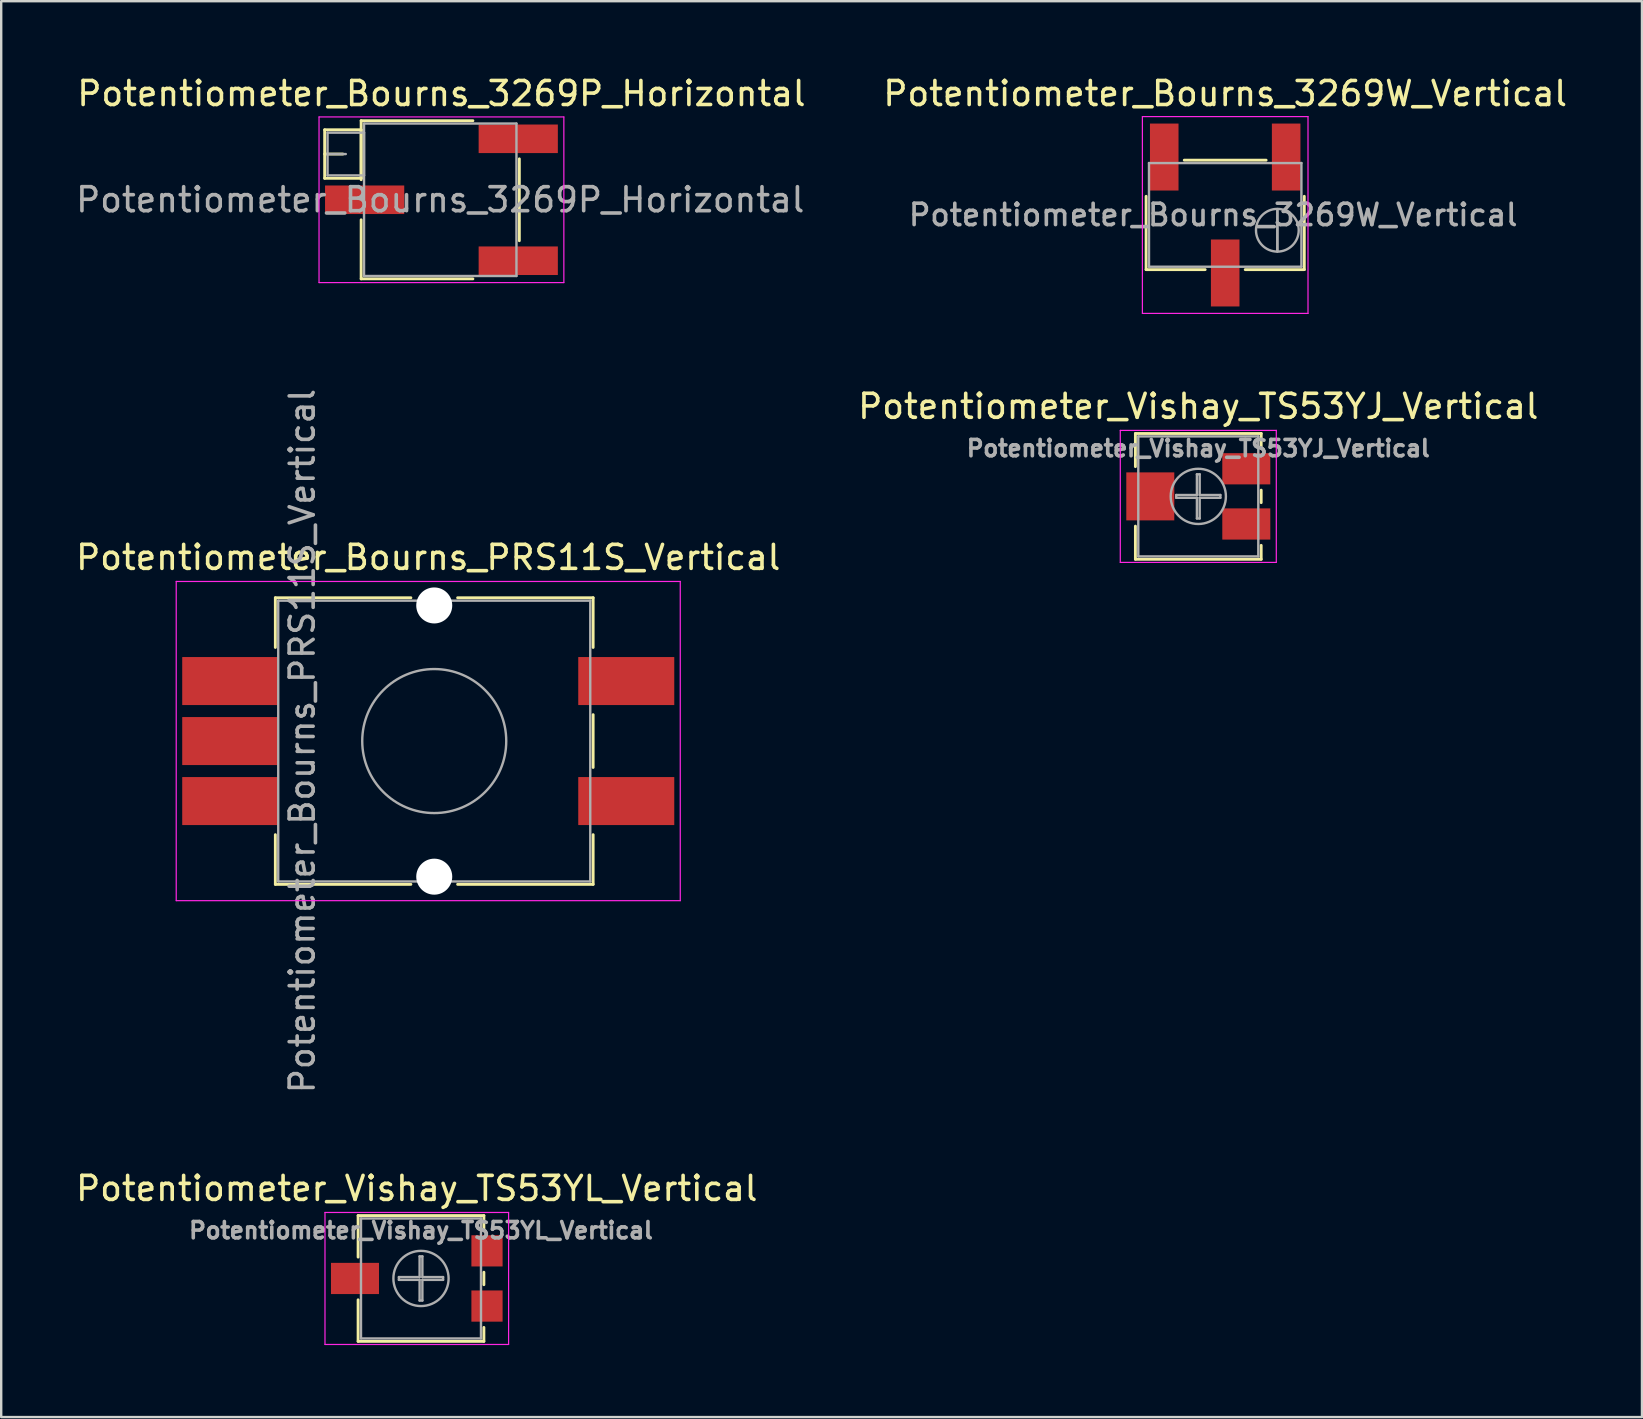
<source format=kicad_pcb>
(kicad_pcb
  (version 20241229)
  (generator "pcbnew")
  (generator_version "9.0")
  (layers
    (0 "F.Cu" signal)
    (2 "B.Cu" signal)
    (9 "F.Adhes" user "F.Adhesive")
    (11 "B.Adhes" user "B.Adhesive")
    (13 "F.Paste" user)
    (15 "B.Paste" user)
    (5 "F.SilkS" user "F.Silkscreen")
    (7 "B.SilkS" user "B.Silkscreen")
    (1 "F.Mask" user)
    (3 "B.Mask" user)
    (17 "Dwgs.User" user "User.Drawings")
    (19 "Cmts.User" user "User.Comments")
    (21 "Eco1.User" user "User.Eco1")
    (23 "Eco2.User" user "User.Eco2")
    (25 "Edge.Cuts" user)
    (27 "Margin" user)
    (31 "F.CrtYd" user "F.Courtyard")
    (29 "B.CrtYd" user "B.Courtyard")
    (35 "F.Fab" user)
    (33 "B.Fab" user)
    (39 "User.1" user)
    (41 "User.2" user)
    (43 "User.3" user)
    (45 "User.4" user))
  (footprint "Potentiometer_Vishay_TS53YJ_Vertical"
    (layer "F.Cu")
    (at 46.875 17.631)
    (property "Reference" "Potentiometer_Vishay_TS53YJ_Vertical" (at 0 -3.75 0) (layer "F.SilkS") (effects (font (size 1 1) (thickness 0.15))))
    (attr smd)
    (fp_line (start -2.62 -2.62) (end -2.62 -1.24) (stroke (width 0.12) (type solid)) (layer "F.SilkS"))
    (fp_line (start -2.62 -2.62) (end 2.62 -2.62) (stroke (width 0.12) (type solid)) (layer "F.SilkS"))
    (fp_line (start -2.62 1.24) (end -2.62 2.62) (stroke (width 0.12) (type solid)) (layer "F.SilkS"))
    (fp_line (start -2.62 2.62) (end 2.62 2.62) (stroke (width 0.12) (type solid)) (layer "F.SilkS"))
    (fp_line (start 2.62 -2.62) (end 2.62 -2.039) (stroke (width 0.12) (type solid)) (layer "F.SilkS"))
    (fp_line (start 2.62 -0.26) (end 2.62 0.26) (stroke (width 0.12) (type solid)) (layer "F.SilkS"))
    (fp_line (start 2.62 2.04) (end 2.62 2.62) (stroke (width 0.12) (type solid)) (layer "F.SilkS"))
    (fp_line (start -3.25 -2.75) (end -3.25 2.75) (stroke (width 0.05) (type solid)) (layer "F.CrtYd"))
    (fp_line (start -3.25 2.75) (end 3.25 2.75) (stroke (width 0.05) (type solid)) (layer "F.CrtYd"))
    (fp_line (start 3.25 -2.75) (end -3.25 -2.75) (stroke (width 0.05) (type solid)) (layer "F.CrtYd"))
    (fp_line (start 3.25 2.75) (end 3.25 -2.75) (stroke (width 0.05) (type solid)) (layer "F.CrtYd"))
    (fp_line (start -2.5 -2.5) (end -2.5 2.5) (stroke (width 0.1) (type solid)) (layer "F.Fab"))
    (fp_line (start -2.5 2.5) (end 2.5 2.5) (stroke (width 0.1) (type solid)) (layer "F.Fab"))
    (fp_line (start -0.92 -0.058) (end -0.058 -0.058) (stroke (width 0.1) (type solid)) (layer "F.Fab"))
    (fp_line (start -0.92 0.058) (end -0.92 -0.058) (stroke (width 0.1) (type solid)) (layer "F.Fab"))
    (fp_line (start -0.058 -0.92) (end 0.058 -0.92) (stroke (width 0.1) (type solid)) (layer "F.Fab"))
    (fp_line (start -0.058 -0.058) (end -0.058 -0.92) (stroke (width 0.1) (type solid)) (layer "F.Fab"))
    (fp_line (start -0.058 0.058) (end -0.92 0.058) (stroke (width 0.1) (type solid)) (layer "F.Fab"))
    (fp_line (start -0.058 0.92) (end -0.058 0.058) (stroke (width 0.1) (type solid)) (layer "F.Fab"))
    (fp_line (start 0.058 -0.92) (end 0.058 -0.058) (stroke (width 0.1) (type solid)) (layer "F.Fab"))
    (fp_line (start 0.058 -0.058) (end 0.92 -0.058) (stroke (width 0.1) (type solid)) (layer "F.Fab"))
    (fp_line (start 0.058 0.058) (end 0.058 0.92) (stroke (width 0.1) (type solid)) (layer "F.Fab"))
    (fp_line (start 0.058 0.92) (end -0.058 0.92) (stroke (width 0.1) (type solid)) (layer "F.Fab"))
    (fp_line (start 0.92 -0.058) (end 0.92 0.058) (stroke (width 0.1) (type solid)) (layer "F.Fab"))
    (fp_line (start 0.92 0.058) (end 0.058 0.058) (stroke (width 0.1) (type solid)) (layer "F.Fab"))
    (fp_line (start 2.5 -2.5) (end -2.5 -2.5) (stroke (width 0.1) (type solid)) (layer "F.Fab"))
    (fp_line (start 2.5 2.5) (end 2.5 -2.5) (stroke (width 0.1) (type solid)) (layer "F.Fab"))
    (fp_circle (center 0 0) (end 1.15 0) (stroke (width 0.1) (type solid)) (fill no) (layer "F.Fab"))
    (fp_text user "${REFERENCE}" (at 0 -2 0) (layer "F.Fab") (effects (font (size 0.68 0.68) (thickness 0.15))))
    (pad "1" smd rect (at 2 -1.15) (size 2 1.3) (layers "F.Cu" "F.Mask" "F.Paste"))
    (pad "2" smd rect (at -2 0) (size 2 2) (layers "F.Cu" "F.Mask" "F.Paste"))
    (pad "3" smd rect (at 2 1.15) (size 2 1.3) (layers "F.Cu" "F.Mask" "F.Paste")))
  (footprint "Potentiometer_Bourns_PRS11S_Vertical"
    (layer "F.Cu")
    (at 14.792 27.825)
    (property "Reference" "Potentiometer_Bourns_PRS11S_Vertical" (at 0 -7.65 0) (layer "F.SilkS") (effects (font (size 1 1) (thickness 0.15))))
    (attr smd)
    (fp_line (start -6.37 -5.97) (end -6.37 -3.9) (stroke (width 0.12) (type solid)) (layer "F.SilkS"))
    (fp_line (start -6.37 -5.97) (end -0.723 -5.97) (stroke (width 0.12) (type solid)) (layer "F.SilkS"))
    (fp_line (start -6.37 3.9) (end -6.37 5.97) (stroke (width 0.12) (type solid)) (layer "F.SilkS"))
    (fp_line (start -6.37 5.97) (end -0.723 5.97) (stroke (width 0.12) (type solid)) (layer "F.SilkS"))
    (fp_line (start 1.224 -5.97) (end 6.87 -5.97) (stroke (width 0.12) (type solid)) (layer "F.SilkS"))
    (fp_line (start 1.224 5.97) (end 6.87 5.97) (stroke (width 0.12) (type solid)) (layer "F.SilkS"))
    (fp_line (start 6.87 -5.97) (end 6.87 -3.9) (stroke (width 0.12) (type solid)) (layer "F.SilkS"))
    (fp_line (start 6.87 -1.1) (end 6.87 1.1) (stroke (width 0.12) (type solid)) (layer "F.SilkS"))
    (fp_line (start 6.87 3.9) (end 6.87 5.97) (stroke (width 0.12) (type solid)) (layer "F.SilkS"))
    (fp_line (start -10.5 -6.65) (end -10.5 6.65) (stroke (width 0.05) (type solid)) (layer "F.CrtYd"))
    (fp_line (start -10.5 6.65) (end 10.5 6.65) (stroke (width 0.05) (type solid)) (layer "F.CrtYd"))
    (fp_line (start 10.5 -6.65) (end -10.5 -6.65) (stroke (width 0.05) (type solid)) (layer "F.CrtYd"))
    (fp_line (start 10.5 6.65) (end 10.5 -6.65) (stroke (width 0.05) (type solid)) (layer "F.CrtYd"))
    (fp_line (start -6.25 -5.85) (end -6.25 5.85) (stroke (width 0.1) (type solid)) (layer "F.Fab"))
    (fp_line (start -6.25 5.85) (end 6.75 5.85) (stroke (width 0.1) (type solid)) (layer "F.Fab"))
    (fp_line (start 6.75 -5.85) (end -6.25 -5.85) (stroke (width 0.1) (type solid)) (layer "F.Fab"))
    (fp_line (start 6.75 5.85) (end 6.75 -5.85) (stroke (width 0.1) (type solid)) (layer "F.Fab"))
    (fp_circle (center 0.25 0) (end 3.25 0) (stroke (width 0.1) (type solid)) (fill no) (layer "F.Fab"))
    (fp_text user "${REFERENCE}" (at -5.25 0 90) (layer "F.Fab") (effects (font (size 1 1) (thickness 0.15))))
    (pad "" np_thru_hole circle (at 0.25 -5.65) (size 1.5 1.5) (drill 1.5) (layers "*.Cu" "*.Mask"))
    (pad "" np_thru_hole circle (at 0.25 5.65) (size 1.5 1.5) (drill 1.5) (layers "*.Cu" "*.Mask"))
    (pad "1" smd rect (at -8.25 -2.5) (size 4 2) (layers "F.Cu" "F.Mask" "F.Paste"))
    (pad "2" smd rect (at -8.25 0) (size 4 2) (layers "F.Cu" "F.Mask" "F.Paste"))
    (pad "3" smd rect (at -8.25 2.5) (size 4 2) (layers "F.Cu" "F.Mask" "F.Paste"))
    (pad "4" smd rect (at 8.25 -2.5) (size 4 2) (layers "F.Cu" "F.Mask" "F.Paste"))
    (pad "5" smd rect (at 8.25 2.5) (size 4 2) (layers "F.Cu" "F.Mask" "F.Paste")))
  (footprint "Potentiometer_Vishay_TS53YL_Vertical"
    (layer "F.Cu")
    (at 14.49 50.215)
    (property "Reference" "Potentiometer_Vishay_TS53YL_Vertical" (at -0.175 -3.75 0) (layer "F.SilkS") (effects (font (size 1 1) (thickness 0.15))))
    (attr smd)
    (fp_line (start -2.62 -2.62) (end -2.62 -0.89) (stroke (width 0.12) (type solid)) (layer "F.SilkS"))
    (fp_line (start -2.62 -2.62) (end 2.62 -2.62) (stroke (width 0.12) (type solid)) (layer "F.SilkS"))
    (fp_line (start -2.62 0.89) (end -2.62 2.62) (stroke (width 0.12) (type solid)) (layer "F.SilkS"))
    (fp_line (start -2.62 2.62) (end 2.62 2.62) (stroke (width 0.12) (type solid)) (layer "F.SilkS"))
    (fp_line (start 2.62 -2.62) (end 2.62 -2.039) (stroke (width 0.12) (type solid)) (layer "F.SilkS"))
    (fp_line (start 2.62 -0.26) (end 2.62 0.26) (stroke (width 0.12) (type solid)) (layer "F.SilkS"))
    (fp_line (start 2.62 2.04) (end 2.62 2.62) (stroke (width 0.12) (type solid)) (layer "F.SilkS"))
    (fp_line (start -4 -2.75) (end -4 2.75) (stroke (width 0.05) (type solid)) (layer "F.CrtYd"))
    (fp_line (start -4 2.75) (end 3.65 2.75) (stroke (width 0.05) (type solid)) (layer "F.CrtYd"))
    (fp_line (start 3.65 -2.75) (end -4 -2.75) (stroke (width 0.05) (type solid)) (layer "F.CrtYd"))
    (fp_line (start 3.65 2.75) (end 3.65 -2.75) (stroke (width 0.05) (type solid)) (layer "F.CrtYd"))
    (fp_line (start -2.5 -2.5) (end -2.5 2.5) (stroke (width 0.1) (type solid)) (layer "F.Fab"))
    (fp_line (start -2.5 2.5) (end 2.5 2.5) (stroke (width 0.1) (type solid)) (layer "F.Fab"))
    (fp_line (start -0.92 -0.058) (end -0.058 -0.058) (stroke (width 0.1) (type solid)) (layer "F.Fab"))
    (fp_line (start -0.92 0.058) (end -0.92 -0.058) (stroke (width 0.1) (type solid)) (layer "F.Fab"))
    (fp_line (start -0.058 -0.92) (end 0.058 -0.92) (stroke (width 0.1) (type solid)) (layer "F.Fab"))
    (fp_line (start -0.058 -0.058) (end -0.058 -0.92) (stroke (width 0.1) (type solid)) (layer "F.Fab"))
    (fp_line (start -0.058 0.058) (end -0.92 0.058) (stroke (width 0.1) (type solid)) (layer "F.Fab"))
    (fp_line (start -0.058 0.92) (end -0.058 0.058) (stroke (width 0.1) (type solid)) (layer "F.Fab"))
    (fp_line (start 0.058 -0.92) (end 0.058 -0.058) (stroke (width 0.1) (type solid)) (layer "F.Fab"))
    (fp_line (start 0.058 -0.058) (end 0.92 -0.058) (stroke (width 0.1) (type solid)) (layer "F.Fab"))
    (fp_line (start 0.058 0.058) (end 0.058 0.92) (stroke (width 0.1) (type solid)) (layer "F.Fab"))
    (fp_line (start 0.058 0.92) (end -0.058 0.92) (stroke (width 0.1) (type solid)) (layer "F.Fab"))
    (fp_line (start 0.92 -0.058) (end 0.92 0.058) (stroke (width 0.1) (type solid)) (layer "F.Fab"))
    (fp_line (start 0.92 0.058) (end 0.058 0.058) (stroke (width 0.1) (type solid)) (layer "F.Fab"))
    (fp_line (start 2.5 -2.5) (end -2.5 -2.5) (stroke (width 0.1) (type solid)) (layer "F.Fab"))
    (fp_line (start 2.5 2.5) (end 2.5 -2.5) (stroke (width 0.1) (type solid)) (layer "F.Fab"))
    (fp_circle (center 0 0) (end 1.15 0) (stroke (width 0.1) (type solid)) (fill no) (layer "F.Fab"))
    (fp_text user "${REFERENCE}" (at 0 -2 0) (layer "F.Fab") (effects (font (size 0.68 0.68) (thickness 0.15))))
    (pad "1" smd rect (at 2.75 -1.15) (size 1.3 1.3) (layers "F.Cu" "F.Mask" "F.Paste"))
    (pad "2" smd rect (at -2.75 0) (size 2 1.3) (layers "F.Cu" "F.Mask" "F.Paste"))
    (pad "3" smd rect (at 2.75 1.15) (size 1.3 1.3) (layers "F.Cu" "F.Mask" "F.Paste")))
  (footprint "Potentiometer_Bourns_3269W_Vertical"
    (layer "F.Cu")
    (at 47.996 5.908)
    (property "Reference" "Potentiometer_Bourns_3269W_Vertical" (at 0 -5.06 0) (layer "F.SilkS") (effects (font (size 1 1) (thickness 0.15))))
    (attr smd)
    (fp_line (start -3.295 -0.779) (end -3.295 2.275) (stroke (width 0.12) (type solid)) (layer "F.SilkS"))
    (fp_line (start -3.295 2.275) (end -0.835 2.275) (stroke (width 0.12) (type solid)) (layer "F.SilkS"))
    (fp_line (start -1.705 -2.285) (end 1.705 -2.285) (stroke (width 0.12) (type solid)) (layer "F.SilkS"))
    (fp_line (start 0.835 2.275) (end 3.295 2.275) (stroke (width 0.12) (type solid)) (layer "F.SilkS"))
    (fp_line (start 3.295 -0.779) (end 3.295 2.275) (stroke (width 0.12) (type solid)) (layer "F.SilkS"))
    (fp_line (start -3.45 -4.1) (end -3.45 4.1) (stroke (width 0.05) (type solid)) (layer "F.CrtYd"))
    (fp_line (start -3.45 4.1) (end 3.45 4.1) (stroke (width 0.05) (type solid)) (layer "F.CrtYd"))
    (fp_line (start 3.45 -4.1) (end -3.45 -4.1) (stroke (width 0.05) (type solid)) (layer "F.CrtYd"))
    (fp_line (start 3.45 4.1) (end 3.45 -4.1) (stroke (width 0.05) (type solid)) (layer "F.CrtYd"))
    (fp_line (start -3.175 -2.165) (end -3.175 2.155) (stroke (width 0.1) (type solid)) (layer "F.Fab"))
    (fp_line (start -3.175 2.155) (end 3.175 2.155) (stroke (width 0.1) (type solid)) (layer "F.Fab"))
    (fp_line (start 2.173 1.517) (end 2.174 -0.246) (stroke (width 0.1) (type solid)) (layer "F.Fab"))
    (fp_line (start 2.173 1.517) (end 2.174 -0.246) (stroke (width 0.1) (type solid)) (layer "F.Fab"))
    (fp_line (start 3.175 -2.165) (end -3.175 -2.165) (stroke (width 0.1) (type solid)) (layer "F.Fab"))
    (fp_line (start 3.175 2.155) (end 3.175 -2.165) (stroke (width 0.1) (type solid)) (layer "F.Fab"))
    (fp_circle (center 2.173 0.635) (end 3.063 0.635) (stroke (width 0.1) (type solid)) (fill no) (layer "F.Fab"))
    (fp_text user "${REFERENCE}" (at -0.501 -0.005 0) (layer "F.Fab") (effects (font (size 0.89 0.89) (thickness 0.15))))
    (pad "1" smd rect (at 2.54 -2.415) (size 1.19 2.79) (layers "F.Cu" "F.Mask" "F.Paste"))
    (pad "2" smd rect (at 0 2.415) (size 1.19 2.79) (layers "F.Cu" "F.Mask" "F.Paste"))
    (pad "3" smd rect (at -2.54 -2.415) (size 1.19 2.79) (layers "F.Cu" "F.Mask" "F.Paste")))
  (footprint "Potentiometer_Bourns_3269P_Horizontal"
    (layer "F.Cu")
    (at 15.342 5.273)
    (property "Reference" "Potentiometer_Bourns_3269P_Horizontal" (at 0 -4.425 0) (layer "F.SilkS") (effects (font (size 1 1) (thickness 0.15))))
    (attr smd)
    (fp_line (start -4.865 -2.915) (end -4.865 -0.895) (stroke (width 0.12) (type solid)) (layer "F.SilkS"))
    (fp_line (start -4.865 -2.915) (end -3.346 -2.915) (stroke (width 0.12) (type solid)) (layer "F.SilkS"))
    (fp_line (start -4.865 -1.905) (end -4.106 -1.905) (stroke (width 0.12) (type solid)) (layer "F.SilkS"))
    (fp_line (start -4.865 -0.895) (end -3.346 -0.895) (stroke (width 0.12) (type solid)) (layer "F.SilkS"))
    (fp_line (start -3.346 -2.915) (end -3.346 -0.895) (stroke (width 0.12) (type solid)) (layer "F.SilkS"))
    (fp_line (start -3.345 -3.295) (end -3.345 -0.835) (stroke (width 0.12) (type solid)) (layer "F.SilkS"))
    (fp_line (start -3.345 -3.295) (end 1.31 -3.295) (stroke (width 0.12) (type solid)) (layer "F.SilkS"))
    (fp_line (start -3.345 0.835) (end -3.345 3.295) (stroke (width 0.12) (type solid)) (layer "F.SilkS"))
    (fp_line (start -3.345 3.295) (end 1.31 3.295) (stroke (width 0.12) (type solid)) (layer "F.SilkS"))
    (fp_line (start 3.245 -1.705) (end 3.245 1.705) (stroke (width 0.12) (type solid)) (layer "F.SilkS"))
    (fp_line (start -5.1 -3.45) (end -5.1 3.45) (stroke (width 0.05) (type solid)) (layer "F.CrtYd"))
    (fp_line (start -5.1 3.45) (end 5.1 3.45) (stroke (width 0.05) (type solid)) (layer "F.CrtYd"))
    (fp_line (start 5.1 -3.45) (end -5.1 -3.45) (stroke (width 0.05) (type solid)) (layer "F.CrtYd"))
    (fp_line (start 5.1 3.45) (end 5.1 -3.45) (stroke (width 0.05) (type solid)) (layer "F.CrtYd"))
    (fp_line (start -4.745 -2.795) (end -4.745 -1.015) (stroke (width 0.1) (type solid)) (layer "F.Fab"))
    (fp_line (start -4.745 -1.905) (end -3.985 -1.905) (stroke (width 0.1) (type solid)) (layer "F.Fab"))
    (fp_line (start -4.745 -1.015) (end -3.225 -1.015) (stroke (width 0.1) (type solid)) (layer "F.Fab"))
    (fp_line (start -3.225 -3.175) (end -3.225 3.175) (stroke (width 0.1) (type solid)) (layer "F.Fab"))
    (fp_line (start -3.225 -2.795) (end -4.745 -2.795) (stroke (width 0.1) (type solid)) (layer "F.Fab"))
    (fp_line (start -3.225 -1.015) (end -3.225 -2.795) (stroke (width 0.1) (type solid)) (layer "F.Fab"))
    (fp_line (start -3.225 3.175) (end 3.125 3.175) (stroke (width 0.1) (type solid)) (layer "F.Fab"))
    (fp_line (start 3.125 -3.175) (end -3.225 -3.175) (stroke (width 0.1) (type solid)) (layer "F.Fab"))
    (fp_line (start 3.125 3.175) (end 3.125 -3.175) (stroke (width 0.1) (type solid)) (layer "F.Fab"))
    (fp_text user "${REFERENCE}" (at -0.05 0 0) (layer "F.Fab") (effects (font (size 1 1) (thickness 0.15))))
    (pad "1" smd rect (at 3.2 -2.54) (size 3.3 1.19) (layers "F.Cu" "F.Mask" "F.Paste"))
    (pad "2" smd rect (at -3.2 0) (size 3.3 1.19) (layers "F.Cu" "F.Mask" "F.Paste"))
    (pad "3" smd rect (at 3.2 2.54) (size 3.3 1.19) (layers "F.Cu" "F.Mask" "F.Paste")))
  (gr_rect
    (start -3 -3)
    (end 65.36 55.99)
    (stroke (width 0.1) (type default))
    (fill no)
    (layer "Edge.Cuts")))
</source>
